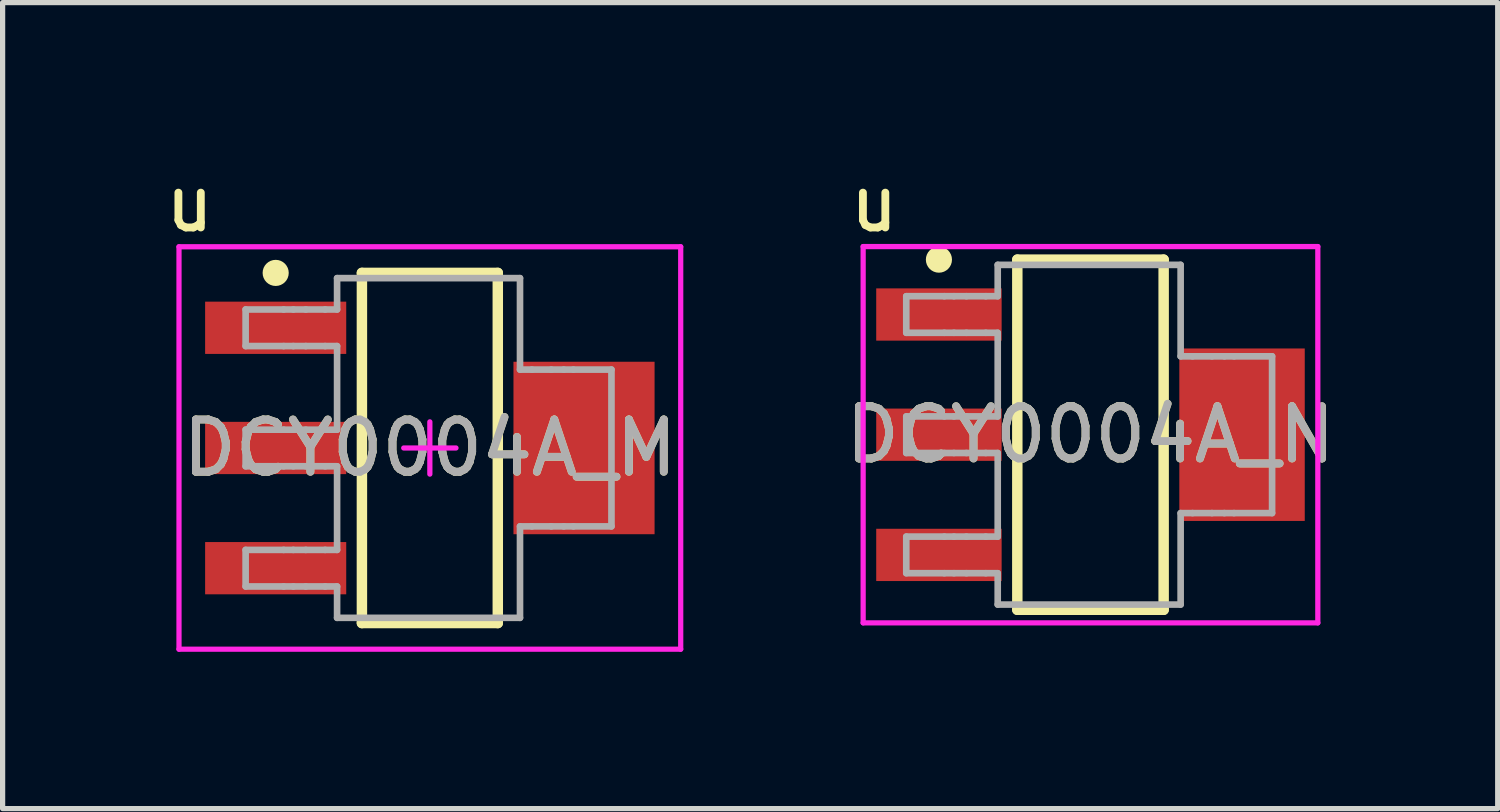
<source format=kicad_pcb>
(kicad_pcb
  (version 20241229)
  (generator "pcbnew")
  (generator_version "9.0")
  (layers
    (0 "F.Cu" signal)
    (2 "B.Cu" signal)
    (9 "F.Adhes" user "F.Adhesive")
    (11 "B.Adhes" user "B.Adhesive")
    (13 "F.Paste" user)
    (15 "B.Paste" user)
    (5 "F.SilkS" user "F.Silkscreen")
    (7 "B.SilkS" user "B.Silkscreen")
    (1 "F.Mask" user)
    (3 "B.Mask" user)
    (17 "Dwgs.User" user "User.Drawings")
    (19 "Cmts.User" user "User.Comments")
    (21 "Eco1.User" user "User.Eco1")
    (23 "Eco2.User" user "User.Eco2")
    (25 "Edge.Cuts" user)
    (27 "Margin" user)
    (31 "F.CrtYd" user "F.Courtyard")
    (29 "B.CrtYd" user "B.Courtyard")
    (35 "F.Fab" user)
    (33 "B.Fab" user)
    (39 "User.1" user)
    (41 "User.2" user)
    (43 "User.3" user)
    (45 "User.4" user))
  (footprint "DCY0004A_M"
    (layer "F.Cu")
    (at 5.175 5.522)
    (property "Reference" "DCY0004A_M" (at 0 0 0) (unlocked yes) (layer "F.SilkS") (effects (font (size 1 1) (thickness 0.15))))
    (attr smd)
    (fp_line (start -1.3 -3.35) (end 1.3 -3.35) (stroke (width 0.2) (type solid)) (layer "F.SilkS"))
    (fp_line (start -1.3 3.35) (end -1.3 -3.35) (stroke (width 0.2) (type solid)) (layer "F.SilkS"))
    (fp_line (start -1.3 3.35) (end 1.3 3.35) (stroke (width 0.2) (type solid)) (layer "F.SilkS"))
    (fp_line (start 1.3 3.35) (end 1.3 -3.35) (stroke (width 0.2) (type solid)) (layer "F.SilkS"))
    (fp_circle (center -2.95 -3.35) (end -2.825 -3.35) (stroke (width 0.25) (type solid)) (fill no) (layer "F.SilkS"))
    (fp_line (start -4.8 -3.85) (end 4.8 -3.85) (stroke (width 0.1) (type solid)) (layer "F.CrtYd"))
    (fp_line (start -4.8 3.85) (end -4.8 -3.85) (stroke (width 0.1) (type solid)) (layer "F.CrtYd"))
    (fp_line (start -4.8 3.85) (end 4.8 3.85) (stroke (width 0.1) (type solid)) (layer "F.CrtYd"))
    (fp_line (start -0.5 0) (end 0.5 0) (stroke (width 0.1) (type solid)) (layer "F.CrtYd"))
    (fp_line (start 0 0.5) (end 0 -0.5) (stroke (width 0.1) (type solid)) (layer "F.CrtYd"))
    (fp_line (start 4.8 3.85) (end 4.8 -3.85) (stroke (width 0.1) (type solid)) (layer "F.CrtYd"))
    (fp_line (start -3.525 -2.65) (end -2.797 -2.65) (stroke (width 0.127) (type solid)) (layer "F.Fab"))
    (fp_line (start -3.525 -1.95) (end -3.525 -2.65) (stroke (width 0.127) (type solid)) (layer "F.Fab"))
    (fp_line (start -3.525 -1.95) (end -2.797 -1.95) (stroke (width 0.127) (type solid)) (layer "F.Fab"))
    (fp_line (start -3.525 -0.35) (end -2.797 -0.35) (stroke (width 0.127) (type solid)) (layer "F.Fab"))
    (fp_line (start -3.525 0.35) (end -3.525 -0.35) (stroke (width 0.127) (type solid)) (layer "F.Fab"))
    (fp_line (start -3.525 0.35) (end -2.797 0.35) (stroke (width 0.127) (type solid)) (layer "F.Fab"))
    (fp_line (start -3.525 1.95) (end -2.797 1.95) (stroke (width 0.127) (type solid)) (layer "F.Fab"))
    (fp_line (start -3.525 2.65) (end -3.525 1.95) (stroke (width 0.127) (type solid)) (layer "F.Fab"))
    (fp_line (start -3.525 2.65) (end -2.797 2.65) (stroke (width 0.127) (type solid)) (layer "F.Fab"))
    (fp_line (start -2.797 -2.65) (end -2.612 -2.65) (stroke (width 0.127) (type solid)) (layer "F.Fab"))
    (fp_line (start -2.797 -1.95) (end -2.612 -1.95) (stroke (width 0.127) (type solid)) (layer "F.Fab"))
    (fp_line (start -2.797 -0.35) (end -2.612 -0.35) (stroke (width 0.127) (type solid)) (layer "F.Fab"))
    (fp_line (start -2.797 0.35) (end -2.612 0.35) (stroke (width 0.127) (type solid)) (layer "F.Fab"))
    (fp_line (start -2.797 1.95) (end -2.612 1.95) (stroke (width 0.127) (type solid)) (layer "F.Fab"))
    (fp_line (start -2.797 2.65) (end -2.612 2.65) (stroke (width 0.127) (type solid)) (layer "F.Fab"))
    (fp_line (start -2.612 -2.65) (end -2.374 -2.65) (stroke (width 0.127) (type solid)) (layer "F.Fab"))
    (fp_line (start -2.612 -1.95) (end -2.374 -1.95) (stroke (width 0.127) (type solid)) (layer "F.Fab"))
    (fp_line (start -2.612 -0.35) (end -2.374 -0.35) (stroke (width 0.127) (type solid)) (layer "F.Fab"))
    (fp_line (start -2.612 0.35) (end -2.374 0.35) (stroke (width 0.127) (type solid)) (layer "F.Fab"))
    (fp_line (start -2.612 1.95) (end -2.374 1.95) (stroke (width 0.127) (type solid)) (layer "F.Fab"))
    (fp_line (start -2.612 2.65) (end -2.374 2.65) (stroke (width 0.127) (type solid)) (layer "F.Fab"))
    (fp_line (start -2.374 -2.65) (end -2.003 -2.65) (stroke (width 0.127) (type solid)) (layer "F.Fab"))
    (fp_line (start -2.374 -1.95) (end -2.003 -1.95) (stroke (width 0.127) (type solid)) (layer "F.Fab"))
    (fp_line (start -2.374 -0.35) (end -2.003 -0.35) (stroke (width 0.127) (type solid)) (layer "F.Fab"))
    (fp_line (start -2.374 0.35) (end -2.003 0.35) (stroke (width 0.127) (type solid)) (layer "F.Fab"))
    (fp_line (start -2.374 1.95) (end -2.003 1.95) (stroke (width 0.127) (type solid)) (layer "F.Fab"))
    (fp_line (start -2.374 2.65) (end -2.003 2.65) (stroke (width 0.127) (type solid)) (layer "F.Fab"))
    (fp_line (start -2.003 -2.65) (end -1.775 -2.65) (stroke (width 0.127) (type solid)) (layer "F.Fab"))
    (fp_line (start -2.003 -1.95) (end -1.775 -1.95) (stroke (width 0.127) (type solid)) (layer "F.Fab"))
    (fp_line (start -2.003 -0.35) (end -1.775 -0.35) (stroke (width 0.127) (type solid)) (layer "F.Fab"))
    (fp_line (start -2.003 0.35) (end -1.775 0.35) (stroke (width 0.127) (type solid)) (layer "F.Fab"))
    (fp_line (start -2.003 1.95) (end -1.775 1.95) (stroke (width 0.127) (type solid)) (layer "F.Fab"))
    (fp_line (start -2.003 2.65) (end -1.775 2.65) (stroke (width 0.127) (type solid)) (layer "F.Fab"))
    (fp_line (start -1.775 -3.25) (end 1.725 -3.25) (stroke (width 0.127) (type solid)) (layer "F.Fab"))
    (fp_line (start -1.775 -2.65) (end -1.775 -3.25) (stroke (width 0.127) (type solid)) (layer "F.Fab"))
    (fp_line (start -1.775 -0.35) (end -1.775 -1.95) (stroke (width 0.127) (type solid)) (layer "F.Fab"))
    (fp_line (start -1.775 1.95) (end -1.775 0.35) (stroke (width 0.127) (type solid)) (layer "F.Fab"))
    (fp_line (start -1.775 3.25) (end -1.775 2.65) (stroke (width 0.127) (type solid)) (layer "F.Fab"))
    (fp_line (start -1.775 3.25) (end 1.725 3.25) (stroke (width 0.127) (type solid)) (layer "F.Fab"))
    (fp_line (start 1.725 -1.5) (end 1.725 -3.25) (stroke (width 0.127) (type solid)) (layer "F.Fab"))
    (fp_line (start 1.725 -1.5) (end 1.953 -1.5) (stroke (width 0.127) (type solid)) (layer "F.Fab"))
    (fp_line (start 1.725 1.5) (end 1.953 1.5) (stroke (width 0.127) (type solid)) (layer "F.Fab"))
    (fp_line (start 1.725 3.25) (end 1.725 1.5) (stroke (width 0.127) (type solid)) (layer "F.Fab"))
    (fp_line (start 1.953 -1.5) (end 2.324 -1.5) (stroke (width 0.127) (type solid)) (layer "F.Fab"))
    (fp_line (start 1.953 1.5) (end 2.324 1.5) (stroke (width 0.127) (type solid)) (layer "F.Fab"))
    (fp_line (start 2.324 -1.5) (end 2.562 -1.5) (stroke (width 0.127) (type solid)) (layer "F.Fab"))
    (fp_line (start 2.324 1.5) (end 2.562 1.5) (stroke (width 0.127) (type solid)) (layer "F.Fab"))
    (fp_line (start 2.562 -1.5) (end 2.747 -1.5) (stroke (width 0.127) (type solid)) (layer "F.Fab"))
    (fp_line (start 2.562 1.5) (end 2.747 1.5) (stroke (width 0.127) (type solid)) (layer "F.Fab"))
    (fp_line (start 2.747 -1.5) (end 3.475 -1.5) (stroke (width 0.127) (type solid)) (layer "F.Fab"))
    (fp_line (start 2.747 1.5) (end 3.475 1.5) (stroke (width 0.127) (type solid)) (layer "F.Fab"))
    (fp_line (start 3.475 1.5) (end 3.475 -1.5) (stroke (width 0.127) (type solid)) (layer "F.Fab"))
    (fp_text user "u" (at -4.597 -4.674 0) (unlocked yes) (layer "F.SilkS") (effects (font (size 1 1) (thickness 0.15))))
    (fp_text user "${REFERENCE}" (at 0 0 0) (unlocked yes) (layer "F.Fab") (effects (font (size 1 1) (thickness 0.15))))
    (pad "1" smd rect (at -2.95 -2.3 90) (size 1 2.7) (layers "F.Cu" "F.Mask" "F.Paste"))
    (pad "2" smd rect (at -2.95 0 90) (size 1 2.7) (layers "F.Cu" "F.Mask" "F.Paste"))
    (pad "3" smd rect (at -2.95 2.3 90) (size 1 2.7) (layers "F.Cu" "F.Mask" "F.Paste"))
    (pad "4" smd rect (at 2.95 0 90) (size 3.3 2.7) (layers "F.Cu" "F.Mask" "F.Paste")))
  (footprint "DCY0004A_N"
    (layer "F.Cu")
    (at 17.816 5.268)
    (property "Reference" "DCY0004A_N" (at 0 0 0) (unlocked yes) (layer "F.SilkS") (effects (font (size 1 1) (thickness 0.15))))
    (attr smd)
    (fp_line (start -1.4 -3.35) (end 1.4 -3.35) (stroke (width 0.2) (type solid)) (layer "F.SilkS"))
    (fp_line (start -1.4 3.35) (end -1.4 -3.35) (stroke (width 0.2) (type solid)) (layer "F.SilkS"))
    (fp_line (start -1.4 3.35) (end 1.4 3.35) (stroke (width 0.2) (type solid)) (layer "F.SilkS"))
    (fp_line (start 1.4 3.35) (end 1.4 -3.35) (stroke (width 0.2) (type solid)) (layer "F.SilkS"))
    (fp_circle (center -2.9 -3.35) (end -2.775 -3.35) (stroke (width 0.25) (type solid)) (fill no) (layer "F.SilkS"))
    (fp_line (start -4.35 -3.6) (end 4.35 -3.6) (stroke (width 0.1) (type solid)) (layer "F.CrtYd"))
    (fp_line (start -4.35 3.6) (end -4.35 -3.6) (stroke (width 0.1) (type solid)) (layer "F.CrtYd"))
    (fp_line (start -4.35 3.6) (end 4.35 3.6) (stroke (width 0.1) (type solid)) (layer "F.CrtYd"))
    (fp_line (start 4.35 3.6) (end 4.35 -3.6) (stroke (width 0.1) (type solid)) (layer "F.CrtYd"))
    (fp_line (start -3.525 -2.65) (end -2.797 -2.65) (stroke (width 0.127) (type solid)) (layer "F.Fab"))
    (fp_line (start -3.525 -1.95) (end -3.525 -2.65) (stroke (width 0.127) (type solid)) (layer "F.Fab"))
    (fp_line (start -3.525 -1.95) (end -2.797 -1.95) (stroke (width 0.127) (type solid)) (layer "F.Fab"))
    (fp_line (start -3.525 -0.35) (end -2.797 -0.35) (stroke (width 0.127) (type solid)) (layer "F.Fab"))
    (fp_line (start -3.525 0.35) (end -3.525 -0.35) (stroke (width 0.127) (type solid)) (layer "F.Fab"))
    (fp_line (start -3.525 0.35) (end -2.797 0.35) (stroke (width 0.127) (type solid)) (layer "F.Fab"))
    (fp_line (start -3.525 1.95) (end -2.797 1.95) (stroke (width 0.127) (type solid)) (layer "F.Fab"))
    (fp_line (start -3.525 2.65) (end -3.525 1.95) (stroke (width 0.127) (type solid)) (layer "F.Fab"))
    (fp_line (start -3.525 2.65) (end -2.797 2.65) (stroke (width 0.127) (type solid)) (layer "F.Fab"))
    (fp_line (start -2.797 -2.65) (end -2.612 -2.65) (stroke (width 0.127) (type solid)) (layer "F.Fab"))
    (fp_line (start -2.797 -1.95) (end -2.612 -1.95) (stroke (width 0.127) (type solid)) (layer "F.Fab"))
    (fp_line (start -2.797 -0.35) (end -2.612 -0.35) (stroke (width 0.127) (type solid)) (layer "F.Fab"))
    (fp_line (start -2.797 0.35) (end -2.612 0.35) (stroke (width 0.127) (type solid)) (layer "F.Fab"))
    (fp_line (start -2.797 1.95) (end -2.612 1.95) (stroke (width 0.127) (type solid)) (layer "F.Fab"))
    (fp_line (start -2.797 2.65) (end -2.612 2.65) (stroke (width 0.127) (type solid)) (layer "F.Fab"))
    (fp_line (start -2.612 -2.65) (end -2.374 -2.65) (stroke (width 0.127) (type solid)) (layer "F.Fab"))
    (fp_line (start -2.612 -1.95) (end -2.374 -1.95) (stroke (width 0.127) (type solid)) (layer "F.Fab"))
    (fp_line (start -2.612 -0.35) (end -2.374 -0.35) (stroke (width 0.127) (type solid)) (layer "F.Fab"))
    (fp_line (start -2.612 0.35) (end -2.374 0.35) (stroke (width 0.127) (type solid)) (layer "F.Fab"))
    (fp_line (start -2.612 1.95) (end -2.374 1.95) (stroke (width 0.127) (type solid)) (layer "F.Fab"))
    (fp_line (start -2.612 2.65) (end -2.374 2.65) (stroke (width 0.127) (type solid)) (layer "F.Fab"))
    (fp_line (start -2.374 -2.65) (end -2.003 -2.65) (stroke (width 0.127) (type solid)) (layer "F.Fab"))
    (fp_line (start -2.374 -1.95) (end -2.003 -1.95) (stroke (width 0.127) (type solid)) (layer "F.Fab"))
    (fp_line (start -2.374 -0.35) (end -2.003 -0.35) (stroke (width 0.127) (type solid)) (layer "F.Fab"))
    (fp_line (start -2.374 0.35) (end -2.003 0.35) (stroke (width 0.127) (type solid)) (layer "F.Fab"))
    (fp_line (start -2.374 1.95) (end -2.003 1.95) (stroke (width 0.127) (type solid)) (layer "F.Fab"))
    (fp_line (start -2.374 2.65) (end -2.003 2.65) (stroke (width 0.127) (type solid)) (layer "F.Fab"))
    (fp_line (start -2.003 -2.65) (end -1.775 -2.65) (stroke (width 0.127) (type solid)) (layer "F.Fab"))
    (fp_line (start -2.003 -1.95) (end -1.775 -1.95) (stroke (width 0.127) (type solid)) (layer "F.Fab"))
    (fp_line (start -2.003 -0.35) (end -1.775 -0.35) (stroke (width 0.127) (type solid)) (layer "F.Fab"))
    (fp_line (start -2.003 0.35) (end -1.775 0.35) (stroke (width 0.127) (type solid)) (layer "F.Fab"))
    (fp_line (start -2.003 1.95) (end -1.775 1.95) (stroke (width 0.127) (type solid)) (layer "F.Fab"))
    (fp_line (start -2.003 2.65) (end -1.775 2.65) (stroke (width 0.127) (type solid)) (layer "F.Fab"))
    (fp_line (start -1.775 -3.25) (end 1.725 -3.25) (stroke (width 0.127) (type solid)) (layer "F.Fab"))
    (fp_line (start -1.775 -2.65) (end -1.775 -3.25) (stroke (width 0.127) (type solid)) (layer "F.Fab"))
    (fp_line (start -1.775 -0.35) (end -1.775 -1.95) (stroke (width 0.127) (type solid)) (layer "F.Fab"))
    (fp_line (start -1.775 1.95) (end -1.775 0.35) (stroke (width 0.127) (type solid)) (layer "F.Fab"))
    (fp_line (start -1.775 3.25) (end -1.775 2.65) (stroke (width 0.127) (type solid)) (layer "F.Fab"))
    (fp_line (start -1.775 3.25) (end 1.725 3.25) (stroke (width 0.127) (type solid)) (layer "F.Fab"))
    (fp_line (start 1.725 -1.5) (end 1.725 -3.25) (stroke (width 0.127) (type solid)) (layer "F.Fab"))
    (fp_line (start 1.725 -1.5) (end 1.953 -1.5) (stroke (width 0.127) (type solid)) (layer "F.Fab"))
    (fp_line (start 1.725 1.5) (end 1.953 1.5) (stroke (width 0.127) (type solid)) (layer "F.Fab"))
    (fp_line (start 1.725 3.25) (end 1.725 1.5) (stroke (width 0.127) (type solid)) (layer "F.Fab"))
    (fp_line (start 1.953 -1.5) (end 2.324 -1.5) (stroke (width 0.127) (type solid)) (layer "F.Fab"))
    (fp_line (start 1.953 1.5) (end 2.324 1.5) (stroke (width 0.127) (type solid)) (layer "F.Fab"))
    (fp_line (start 2.324 -1.5) (end 2.562 -1.5) (stroke (width 0.127) (type solid)) (layer "F.Fab"))
    (fp_line (start 2.324 1.5) (end 2.562 1.5) (stroke (width 0.127) (type solid)) (layer "F.Fab"))
    (fp_line (start 2.562 -1.5) (end 2.747 -1.5) (stroke (width 0.127) (type solid)) (layer "F.Fab"))
    (fp_line (start 2.562 1.5) (end 2.747 1.5) (stroke (width 0.127) (type solid)) (layer "F.Fab"))
    (fp_line (start 2.747 -1.5) (end 3.475 -1.5) (stroke (width 0.127) (type solid)) (layer "F.Fab"))
    (fp_line (start 2.747 1.5) (end 3.475 1.5) (stroke (width 0.127) (type solid)) (layer "F.Fab"))
    (fp_line (start 3.475 1.5) (end 3.475 -1.5) (stroke (width 0.127) (type solid)) (layer "F.Fab"))
    (fp_text user "u" (at -4.14 -4.42 0) (unlocked yes) (layer "F.SilkS") (effects (font (size 1 1) (thickness 0.15))))
    (fp_text user "${REFERENCE}" (at 0 0 0) (unlocked yes) (layer "F.Fab") (effects (font (size 1 1) (thickness 0.15))))
    (pad "1" smd rect (at -2.9 -2.3 90) (size 1 2.4) (layers "F.Cu" "F.Mask" "F.Paste"))
    (pad "2" smd rect (at -2.9 0 90) (size 1 2.4) (layers "F.Cu" "F.Mask" "F.Paste"))
    (pad "3" smd rect (at -2.9 2.3 90) (size 1 2.4) (layers "F.Cu" "F.Mask" "F.Paste"))
    (pad "4" smd rect (at 2.9 0 90) (size 3.3 2.4) (layers "F.Cu" "F.Mask" "F.Paste")))
  (gr_rect
    (start -3 -3)
    (end 25.608 12.422)
    (stroke (width 0.1) (type default))
    (fill no)
    (layer "Edge.Cuts")))
</source>
